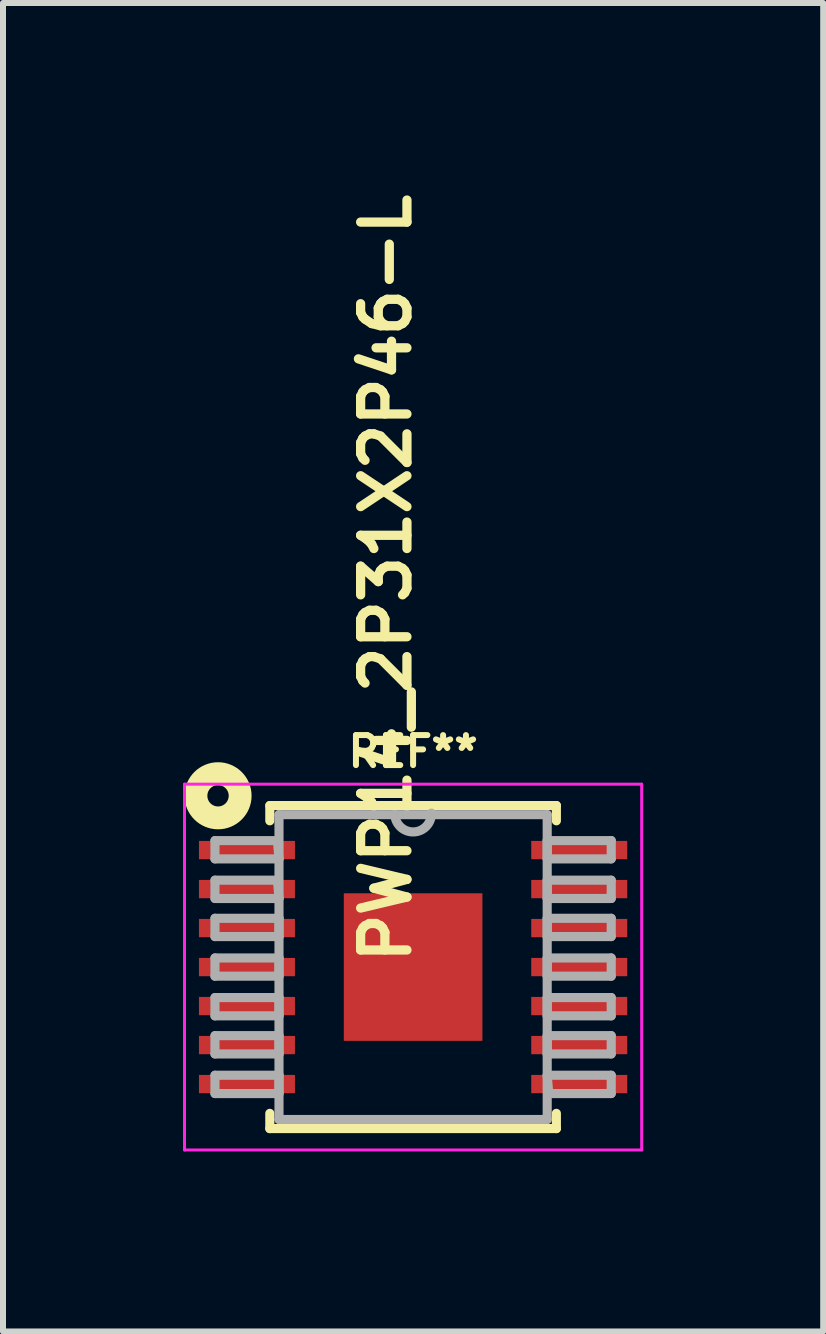
<source format=kicad_pcb>
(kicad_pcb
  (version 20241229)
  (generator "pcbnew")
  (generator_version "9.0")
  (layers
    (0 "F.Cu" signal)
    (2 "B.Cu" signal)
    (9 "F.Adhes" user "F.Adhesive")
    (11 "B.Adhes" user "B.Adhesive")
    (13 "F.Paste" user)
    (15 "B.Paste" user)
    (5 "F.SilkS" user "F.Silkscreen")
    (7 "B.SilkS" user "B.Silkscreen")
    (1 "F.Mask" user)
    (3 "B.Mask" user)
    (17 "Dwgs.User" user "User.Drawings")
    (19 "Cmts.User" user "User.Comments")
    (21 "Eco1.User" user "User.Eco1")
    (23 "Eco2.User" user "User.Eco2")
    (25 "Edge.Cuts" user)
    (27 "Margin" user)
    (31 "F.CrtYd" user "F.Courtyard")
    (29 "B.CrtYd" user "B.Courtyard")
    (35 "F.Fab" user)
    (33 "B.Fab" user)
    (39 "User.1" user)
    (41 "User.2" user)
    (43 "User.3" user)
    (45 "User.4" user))
  (footprint "PWP14_2P31X2P46-L"
    (layer "F.Cu")
    (at 3.835 13.068)
    (property "Reference" "PWP14_2P31X2P46-L" (at 0 0 90) (layer "F.SilkS") (effects (font (size 0.772 0.772) (thickness 0.154)) (justify left bottom)))
    (attr through_hole)
    (fp_line (start -2.388 -2.692) (end -2.388 -2.438) (stroke (width 0.152) (type solid)) (layer "F.SilkS"))
    (fp_line (start -2.388 2.438) (end -2.388 2.692) (stroke (width 0.152) (type solid)) (layer "F.SilkS"))
    (fp_line (start -2.388 2.692) (end 2.388 2.692) (stroke (width 0.152) (type solid)) (layer "F.SilkS"))
    (fp_line (start 2.388 -2.692) (end -2.388 -2.692) (stroke (width 0.152) (type solid)) (layer "F.SilkS"))
    (fp_line (start 2.388 -2.438) (end 2.388 -2.692) (stroke (width 0.152) (type solid)) (layer "F.SilkS"))
    (fp_line (start 2.388 2.692) (end 2.388 2.438) (stroke (width 0.152) (type solid)) (layer "F.SilkS"))
    (fp_circle (center -3.251 -2.855) (end -3.073 -2.855) (stroke (width 0.381) (type solid)) (fill no) (layer "F.SilkS"))
    (fp_poly (pts (xy -1.155 -1.23) (xy -1.155 1.23) (xy 1.155 1.23) (xy 1.155 -1.23)) (stroke (width 0) (type solid)) (fill yes) (layer "F.Paste"))
    (fp_line (start -3.81 -3.048) (end 3.81 -3.048) (stroke (width 0.05) (type default)) (layer "F.CrtYd"))
    (fp_line (start -3.81 3.048) (end -3.81 -3.048) (stroke (width 0.05) (type default)) (layer "F.CrtYd"))
    (fp_line (start 3.81 -3.048) (end 3.81 3.048) (stroke (width 0.05) (type default)) (layer "F.CrtYd"))
    (fp_line (start 3.81 3.048) (end -3.81 3.048) (stroke (width 0.05) (type default)) (layer "F.CrtYd"))
    (fp_line (start -3.302 -2.108) (end -3.302 -1.803) (stroke (width 0.152) (type solid)) (layer "F.Fab"))
    (fp_line (start -3.302 -1.803) (end -2.235 -1.803) (stroke (width 0.152) (type solid)) (layer "F.Fab"))
    (fp_line (start -3.302 -1.448) (end -3.302 -1.143) (stroke (width 0.152) (type solid)) (layer "F.Fab"))
    (fp_line (start -3.302 -1.143) (end -2.235 -1.143) (stroke (width 0.152) (type solid)) (layer "F.Fab"))
    (fp_line (start -3.302 -0.813) (end -3.302 -0.508) (stroke (width 0.152) (type solid)) (layer "F.Fab"))
    (fp_line (start -3.302 -0.508) (end -2.235 -0.508) (stroke (width 0.152) (type solid)) (layer "F.Fab"))
    (fp_line (start -3.302 -0.152) (end -3.302 0.152) (stroke (width 0.152) (type solid)) (layer "F.Fab"))
    (fp_line (start -3.302 0.152) (end -2.235 0.152) (stroke (width 0.152) (type solid)) (layer "F.Fab"))
    (fp_line (start -3.302 0.508) (end -3.302 0.813) (stroke (width 0.152) (type solid)) (layer "F.Fab"))
    (fp_line (start -3.302 0.813) (end -2.235 0.813) (stroke (width 0.152) (type solid)) (layer "F.Fab"))
    (fp_line (start -3.302 1.143) (end -3.302 1.448) (stroke (width 0.152) (type solid)) (layer "F.Fab"))
    (fp_line (start -3.302 1.448) (end -2.235 1.448) (stroke (width 0.152) (type solid)) (layer "F.Fab"))
    (fp_line (start -3.302 1.803) (end -3.302 2.108) (stroke (width 0.152) (type solid)) (layer "F.Fab"))
    (fp_line (start -3.302 2.108) (end -2.235 2.108) (stroke (width 0.152) (type solid)) (layer "F.Fab"))
    (fp_line (start -2.261 -2.108) (end -3.302 -2.108) (stroke (width 0.152) (type solid)) (layer "F.Fab"))
    (fp_line (start -2.261 -1.448) (end -3.302 -1.448) (stroke (width 0.152) (type solid)) (layer "F.Fab"))
    (fp_line (start -2.235 -2.54) (end -2.235 2.54) (stroke (width 0.152) (type solid)) (layer "F.Fab"))
    (fp_line (start -2.235 -1.803) (end -2.261 -2.108) (stroke (width 0.152) (type solid)) (layer "F.Fab"))
    (fp_line (start -2.235 -1.143) (end -2.261 -1.448) (stroke (width 0.152) (type solid)) (layer "F.Fab"))
    (fp_line (start -2.235 -0.813) (end -3.302 -0.813) (stroke (width 0.152) (type solid)) (layer "F.Fab"))
    (fp_line (start -2.235 -0.508) (end -2.235 -0.813) (stroke (width 0.152) (type solid)) (layer "F.Fab"))
    (fp_line (start -2.235 -0.152) (end -3.302 -0.152) (stroke (width 0.152) (type solid)) (layer "F.Fab"))
    (fp_line (start -2.235 0.152) (end -2.235 -0.152) (stroke (width 0.152) (type solid)) (layer "F.Fab"))
    (fp_line (start -2.235 0.508) (end -3.302 0.508) (stroke (width 0.152) (type solid)) (layer "F.Fab"))
    (fp_line (start -2.235 0.813) (end -2.235 0.508) (stroke (width 0.152) (type solid)) (layer "F.Fab"))
    (fp_line (start -2.235 1.143) (end -3.302 1.143) (stroke (width 0.152) (type solid)) (layer "F.Fab"))
    (fp_line (start -2.235 1.448) (end -2.235 1.143) (stroke (width 0.152) (type solid)) (layer "F.Fab"))
    (fp_line (start -2.235 1.803) (end -3.302 1.803) (stroke (width 0.152) (type solid)) (layer "F.Fab"))
    (fp_line (start -2.235 2.108) (end -2.235 1.803) (stroke (width 0.152) (type solid)) (layer "F.Fab"))
    (fp_line (start -2.235 2.54) (end 2.235 2.54) (stroke (width 0.152) (type solid)) (layer "F.Fab"))
    (fp_line (start -0.305 -2.54) (end -2.235 -2.54) (stroke (width 0.152) (type solid)) (layer "F.Fab"))
    (fp_line (start 2.235 -2.54) (end -0.305 -2.54) (stroke (width 0.152) (type solid)) (layer "F.Fab"))
    (fp_line (start 2.235 -2.108) (end 2.235 -1.803) (stroke (width 0.152) (type solid)) (layer "F.Fab"))
    (fp_line (start 2.235 -1.803) (end 3.302 -1.803) (stroke (width 0.152) (type solid)) (layer "F.Fab"))
    (fp_line (start 2.235 -1.448) (end 2.235 -1.143) (stroke (width 0.152) (type solid)) (layer "F.Fab"))
    (fp_line (start 2.235 -1.143) (end 3.302 -1.143) (stroke (width 0.152) (type solid)) (layer "F.Fab"))
    (fp_line (start 2.235 -0.813) (end 2.235 -0.508) (stroke (width 0.152) (type solid)) (layer "F.Fab"))
    (fp_line (start 2.235 -0.508) (end 3.302 -0.508) (stroke (width 0.152) (type solid)) (layer "F.Fab"))
    (fp_line (start 2.235 -0.152) (end 2.235 0.152) (stroke (width 0.152) (type solid)) (layer "F.Fab"))
    (fp_line (start 2.235 0.152) (end 3.302 0.152) (stroke (width 0.152) (type solid)) (layer "F.Fab"))
    (fp_line (start 2.235 0.508) (end 2.235 0.813) (stroke (width 0.152) (type solid)) (layer "F.Fab"))
    (fp_line (start 2.235 0.813) (end 3.302 0.813) (stroke (width 0.152) (type solid)) (layer "F.Fab"))
    (fp_line (start 2.235 1.143) (end 2.235 1.448) (stroke (width 0.152) (type solid)) (layer "F.Fab"))
    (fp_line (start 2.235 1.448) (end 3.302 1.448) (stroke (width 0.152) (type solid)) (layer "F.Fab"))
    (fp_line (start 2.235 1.803) (end 2.261 2.108) (stroke (width 0.152) (type solid)) (layer "F.Fab"))
    (fp_line (start 2.235 2.54) (end 2.235 -2.54) (stroke (width 0.152) (type solid)) (layer "F.Fab"))
    (fp_line (start 2.261 2.108) (end 3.302 2.108) (stroke (width 0.152) (type solid)) (layer "F.Fab"))
    (fp_line (start 3.302 -2.108) (end 2.235 -2.108) (stroke (width 0.152) (type solid)) (layer "F.Fab"))
    (fp_line (start 3.302 -1.803) (end 3.302 -2.108) (stroke (width 0.152) (type solid)) (layer "F.Fab"))
    (fp_line (start 3.302 -1.448) (end 2.235 -1.448) (stroke (width 0.152) (type solid)) (layer "F.Fab"))
    (fp_line (start 3.302 -1.143) (end 3.302 -1.448) (stroke (width 0.152) (type solid)) (layer "F.Fab"))
    (fp_line (start 3.302 -0.813) (end 2.235 -0.813) (stroke (width 0.152) (type solid)) (layer "F.Fab"))
    (fp_line (start 3.302 -0.508) (end 3.302 -0.813) (stroke (width 0.152) (type solid)) (layer "F.Fab"))
    (fp_line (start 3.302 -0.152) (end 2.235 -0.152) (stroke (width 0.152) (type solid)) (layer "F.Fab"))
    (fp_line (start 3.302 0.152) (end 3.302 -0.152) (stroke (width 0.152) (type solid)) (layer "F.Fab"))
    (fp_line (start 3.302 0.508) (end 2.235 0.508) (stroke (width 0.152) (type solid)) (layer "F.Fab"))
    (fp_line (start 3.302 0.813) (end 3.302 0.508) (stroke (width 0.152) (type solid)) (layer "F.Fab"))
    (fp_line (start 3.302 1.143) (end 2.235 1.143) (stroke (width 0.152) (type solid)) (layer "F.Fab"))
    (fp_line (start 3.302 1.448) (end 3.302 1.143) (stroke (width 0.152) (type solid)) (layer "F.Fab"))
    (fp_line (start 3.302 1.803) (end 2.235 1.803) (stroke (width 0.152) (type solid)) (layer "F.Fab"))
    (fp_line (start 3.302 2.108) (end 3.302 1.803) (stroke (width 0.152) (type solid)) (layer "F.Fab"))
    (fp_arc (start 0.3048 -2.5654) (mid 0.0127 -2.2479) (end -0.3048 -2.54) (stroke (width 0.1524) (type solid)) (layer "F.Fab"))
    (fp_text user "REF**" (at 0 -3.3 0) (layer "F.SilkS") (effects (font (size 0.5 0.5) (thickness 0.1) (bold yes)) (justify bottom)))
    (pad "1" smd rect (at -2.769 -1.95) (size 1.6 0.305) (layers "F.Cu" "F.Mask" "F.Paste"))
    (pad "2" smd rect (at -2.769 -1.3) (size 1.6 0.305) (layers "F.Cu" "F.Mask" "F.Paste"))
    (pad "3" smd rect (at -2.769 -0.65) (size 1.6 0.305) (layers "F.Cu" "F.Mask" "F.Paste"))
    (pad "4" smd rect (at -2.769 0) (size 1.6 0.305) (layers "F.Cu" "F.Mask" "F.Paste"))
    (pad "5" smd rect (at -2.769 0.65) (size 1.6 0.305) (layers "F.Cu" "F.Mask" "F.Paste"))
    (pad "6" smd rect (at -2.769 1.3) (size 1.6 0.305) (layers "F.Cu" "F.Mask" "F.Paste"))
    (pad "7" smd rect (at -2.769 1.95) (size 1.6 0.305) (layers "F.Cu" "F.Mask" "F.Paste"))
    (pad "8" smd rect (at 2.769 1.95) (size 1.6 0.305) (layers "F.Cu" "F.Mask" "F.Paste"))
    (pad "9" smd rect (at 2.769 1.3) (size 1.6 0.305) (layers "F.Cu" "F.Mask" "F.Paste"))
    (pad "10" smd rect (at 2.769 0.65) (size 1.6 0.305) (layers "F.Cu" "F.Mask" "F.Paste"))
    (pad "11" smd rect (at 2.769 0) (size 1.6 0.305) (layers "F.Cu" "F.Mask" "F.Paste"))
    (pad "12" smd rect (at 2.769 -0.65) (size 1.6 0.305) (layers "F.Cu" "F.Mask" "F.Paste"))
    (pad "13" smd rect (at 2.769 -1.3) (size 1.6 0.305) (layers "F.Cu" "F.Mask" "F.Paste"))
    (pad "14" smd rect (at 2.769 -1.95) (size 1.6 0.305) (layers "F.Cu" "F.Mask" "F.Paste"))
    (pad "15" smd rect (at 0 0) (size 2.31 2.46) (layers "F.Cu" "F.Mask" "F.Paste")))
  (gr_rect
    (start -3 -3)
    (end 10.67 19.141)
    (stroke (width 0.1) (type default))
    (fill no)
    (layer "Edge.Cuts")))
</source>
